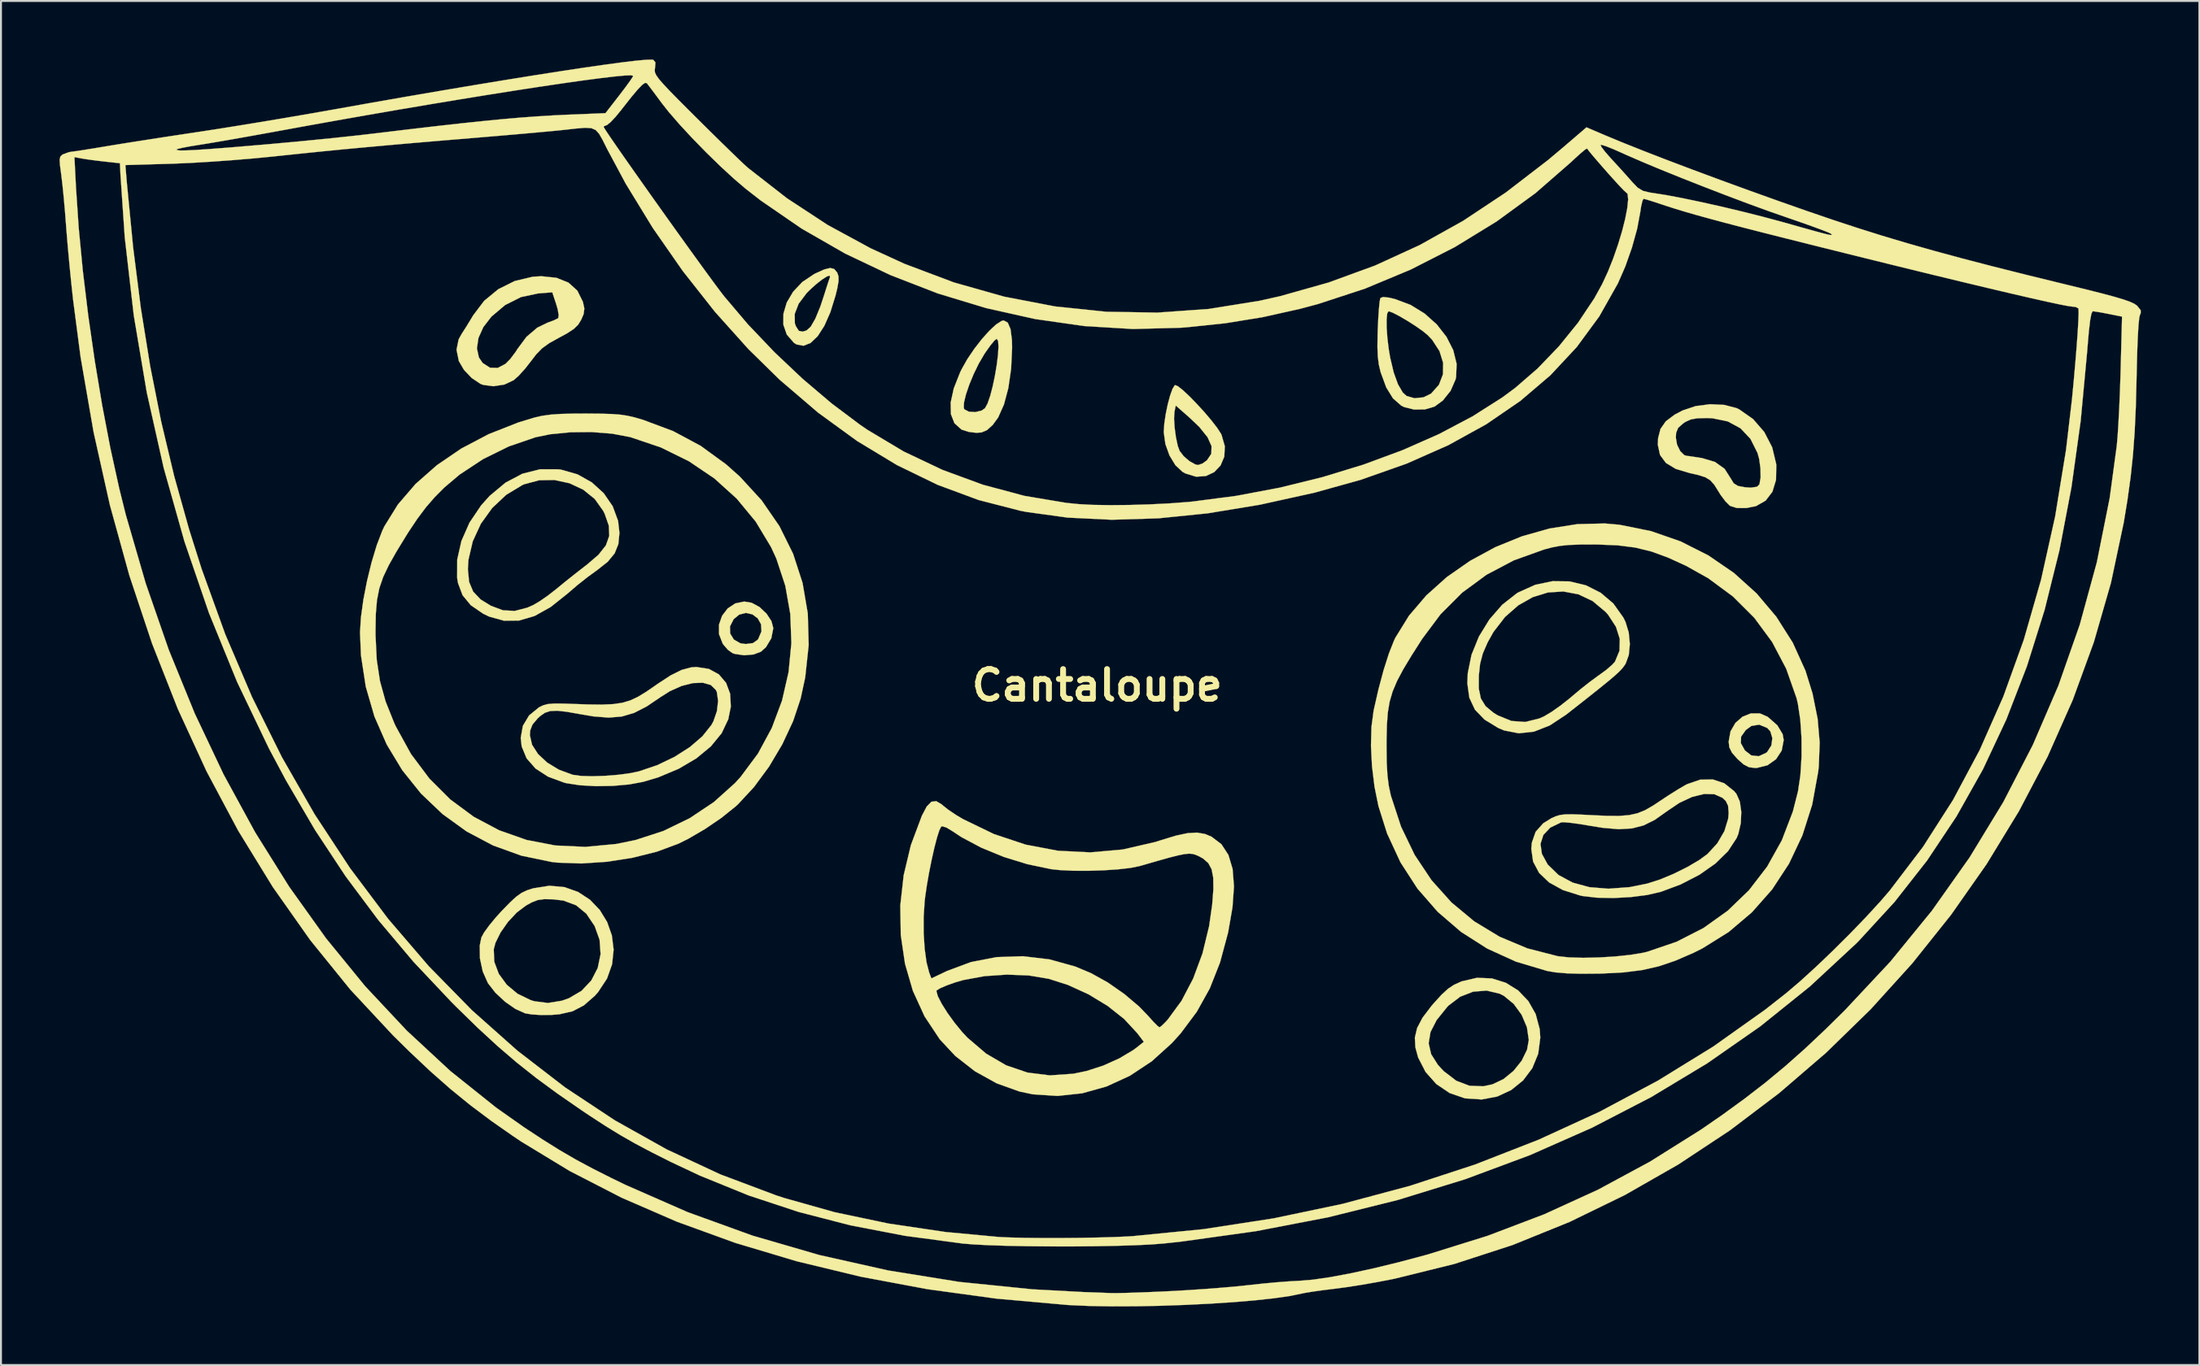
<source format=kicad_pcb>
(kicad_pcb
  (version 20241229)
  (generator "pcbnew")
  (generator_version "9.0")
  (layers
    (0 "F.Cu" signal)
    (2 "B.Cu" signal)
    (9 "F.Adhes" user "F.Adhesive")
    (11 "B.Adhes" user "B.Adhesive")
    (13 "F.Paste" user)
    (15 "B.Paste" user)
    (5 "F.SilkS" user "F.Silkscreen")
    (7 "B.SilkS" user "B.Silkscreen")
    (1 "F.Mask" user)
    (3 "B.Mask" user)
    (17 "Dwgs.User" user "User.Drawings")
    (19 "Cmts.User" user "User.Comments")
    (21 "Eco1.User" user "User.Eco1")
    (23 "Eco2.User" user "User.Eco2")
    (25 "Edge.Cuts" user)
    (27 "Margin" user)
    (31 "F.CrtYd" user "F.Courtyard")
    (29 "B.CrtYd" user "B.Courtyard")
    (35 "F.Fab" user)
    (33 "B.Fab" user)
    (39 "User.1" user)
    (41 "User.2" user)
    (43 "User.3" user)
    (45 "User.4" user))
  (footprint "Cantaloupe"
    (layer "F.Cu")
    (at 53.127 32.065)
    (property "Reference" "Cantaloupe" (at 0 0 0) (layer "F.SilkS") (effects (font (size 1.524 1.524) (thickness 0.3))))
    (attr through_hole)
    (fp_poly (pts (xy 33.938 1.438) (xy 34.339 1.614) (xy 34.83 2.047) (xy 35.102 2.499) (xy 35.156 2.804) (xy 35.054 3.341) (xy 34.764 3.784) (xy 34.327 4.094) (xy 33.786 4.23) (xy 33.688 4.233) (xy 33.375 4.194) (xy 33.097 4.047) (xy 32.794 3.777) (xy 32.508 3.453) (xy 32.371 3.175) (xy 32.347 2.961) (xy 32.961 2.961) (xy 33.169 3.335) (xy 33.17 3.336) (xy 33.497 3.589) (xy 33.877 3.631) (xy 34.253 3.459) (xy 34.315 3.406) (xy 34.523 3.082) (xy 34.575 2.704) (xy 34.472 2.357) (xy 34.311 2.182) (xy 33.902 2.014) (xy 33.503 2.079) (xy 33.215 2.288) (xy 32.975 2.626) (xy 32.961 2.961) (xy 32.347 2.961) (xy 32.338 2.884) (xy 32.432 2.359) (xy 32.683 1.925) (xy 33.047 1.607) (xy 33.48 1.436) (xy 33.938 1.438)) (stroke (width 0.01) (type solid)) (fill yes) (layer "F.SilkS"))
    (fp_poly (pts (xy -17.693 -4.232) (xy -17.29 -4.015) (xy -16.931 -3.678) (xy -16.675 -3.29) (xy -16.581 -2.93) (xy -16.683 -2.411) (xy -16.959 -1.952) (xy -17.217 -1.723) (xy -17.597 -1.581) (xy -18.078 -1.541) (xy -18.55 -1.61) (xy -18.667 -1.65) (xy -18.904 -1.819) (xy -19.142 -2.095) (xy -19.173 -2.142) (xy -19.361 -2.624) (xy -19.361 -3.02) (xy -18.8 -3.02) (xy -18.788 -2.653) (xy -18.6 -2.345) (xy -18.262 -2.153) (xy -17.992 -2.117) (xy -17.621 -2.165) (xy -17.386 -2.333) (xy -17.352 -2.378) (xy -17.186 -2.767) (xy -17.208 -3.129) (xy -17.375 -3.43) (xy -17.646 -3.635) (xy -17.977 -3.712) (xy -18.326 -3.625) (xy -18.609 -3.392) (xy -18.8 -3.02) (xy -19.361 -3.02) (xy -19.361 -3.113) (xy -19.203 -3.566) (xy -18.916 -3.941) (xy -18.529 -4.198) (xy -18.073 -4.294) (xy -17.693 -4.232)) (stroke (width 0.01) (type solid)) (fill yes) (layer "F.SilkS"))
    (fp_poly (pts (xy -13.463 -21.334) (xy -13.315 -21.156) (xy -13.304 -21.137) (xy -13.242 -20.952) (xy -13.241 -20.704) (xy -13.307 -20.333) (xy -13.395 -19.971) (xy -13.659 -19.118) (xy -13.968 -18.42) (xy -14.308 -17.891) (xy -14.668 -17.546) (xy -15.033 -17.4) (xy -15.392 -17.467) (xy -15.528 -17.554) (xy -15.891 -17.974) (xy -16.066 -18.481) (xy -16.062 -19.031) (xy -15.485 -19.031) (xy -15.477 -18.549) (xy -15.422 -18.394) (xy -15.273 -18.163) (xy -15.076 -18.123) (xy -14.88 -18.183) (xy -14.666 -18.374) (xy -14.429 -18.785) (xy -14.176 -19.401) (xy -13.999 -19.932) (xy -13.864 -20.359) (xy -13.75 -20.709) (xy -13.68 -20.91) (xy -13.677 -20.918) (xy -13.694 -20.998) (xy -13.844 -20.946) (xy -14.09 -20.788) (xy -14.392 -20.551) (xy -14.71 -20.262) (xy -14.878 -20.092) (xy -15.283 -19.554) (xy -15.485 -19.031) (xy -16.062 -19.031) (xy -16.062 -19.04) (xy -15.892 -19.615) (xy -15.565 -20.169) (xy -15.094 -20.667) (xy -14.49 -21.072) (xy -14.438 -21.099) (xy -13.979 -21.307) (xy -13.669 -21.385) (xy -13.463 -21.334)) (stroke (width 0.01) (type solid)) (fill yes) (layer "F.SilkS"))
    (fp_poly (pts (xy 4.14 -15.324) (xy 4.399 -15.118) (xy 4.735 -14.803) (xy 5.112 -14.415) (xy 5.497 -13.993) (xy 5.853 -13.573) (xy 6.147 -13.193) (xy 6.343 -12.891) (xy 6.371 -12.834) (xy 6.539 -12.251) (xy 6.512 -11.719) (xy 6.321 -11.268) (xy 5.996 -10.926) (xy 5.568 -10.724) (xy 5.068 -10.69) (xy 4.528 -10.854) (xy 4.374 -10.939) (xy 4.011 -11.276) (xy 3.707 -11.775) (xy 3.496 -12.362) (xy 3.413 -12.964) (xy 3.413 -12.994) (xy 3.441 -13.415) (xy 3.478 -13.666) (xy 3.939 -13.666) (xy 3.969 -13.202) (xy 4.036 -12.707) (xy 4.129 -12.272) (xy 4.222 -12.016) (xy 4.436 -11.737) (xy 4.735 -11.483) (xy 5.032 -11.318) (xy 5.168 -11.289) (xy 5.393 -11.365) (xy 5.622 -11.529) (xy 5.847 -11.864) (xy 5.859 -12.256) (xy 5.656 -12.712) (xy 5.235 -13.237) (xy 4.724 -13.724) (xy 4.026 -14.336) (xy 3.959 -14.006) (xy 3.939 -13.666) (xy 3.478 -13.666) (xy 3.514 -13.903) (xy 3.617 -14.401) (xy 3.738 -14.85) (xy 3.861 -15.193) (xy 3.973 -15.372) (xy 3.993 -15.383) (xy 4.14 -15.324)) (stroke (width 0.01) (type solid)) (fill yes) (layer "F.SilkS"))
    (fp_poly (pts (xy -4.575 -18.585) (xy -4.434 -18.252) (xy -4.363 -17.701) (xy -4.353 -17.308) (xy -4.404 -16.215) (xy -4.546 -15.232) (xy -4.77 -14.391) (xy -5.069 -13.722) (xy -5.345 -13.344) (xy -5.64 -13.077) (xy -5.917 -12.959) (xy -6.187 -12.94) (xy -6.577 -12.987) (xy -6.922 -13.097) (xy -6.951 -13.112) (xy -7.304 -13.428) (xy -7.486 -13.894) (xy -7.493 -14.212) (xy -6.828 -14.212) (xy -6.799 -14.145) (xy -6.566 -14.021) (xy -6.234 -14.002) (xy -5.911 -14.08) (xy -5.742 -14.199) (xy -5.61 -14.44) (xy -5.476 -14.827) (xy -5.348 -15.315) (xy -5.234 -15.858) (xy -5.141 -16.408) (xy -5.077 -16.92) (xy -5.05 -17.346) (xy -5.068 -17.64) (xy -5.138 -17.756) (xy -5.143 -17.756) (xy -5.26 -17.664) (xy -5.462 -17.42) (xy -5.71 -17.071) (xy -5.778 -16.969) (xy -6.059 -16.488) (xy -6.321 -15.951) (xy -6.546 -15.408) (xy -6.717 -14.905) (xy -6.817 -14.49) (xy -6.828 -14.212) (xy -7.493 -14.212) (xy -7.498 -14.494) (xy -7.34 -15.215) (xy -7.012 -16.044) (xy -6.937 -16.198) (xy -6.647 -16.713) (xy -6.291 -17.24) (xy -5.904 -17.738) (xy -5.518 -18.169) (xy -5.168 -18.494) (xy -4.886 -18.674) (xy -4.784 -18.697) (xy -4.575 -18.585)) (stroke (width 0.01) (type solid)) (fill yes) (layer "F.SilkS"))
    (fp_poly (pts (xy 20.215 15.016) (xy 20.927 15.239) (xy 21.558 15.632) (xy 22.078 16.174) (xy 22.456 16.842) (xy 22.662 17.615) (xy 22.692 18.05) (xy 22.585 18.877) (xy 22.282 19.616) (xy 21.811 20.243) (xy 21.203 20.735) (xy 20.486 21.068) (xy 19.691 21.218) (xy 18.846 21.162) (xy 18.832 21.159) (xy 18.05 20.889) (xy 17.368 20.427) (xy 16.819 19.81) (xy 16.438 19.07) (xy 16.297 18.552) (xy 16.286 18.342) (xy 16.976 18.342) (xy 17.104 18.898) (xy 17.453 19.449) (xy 17.751 19.769) (xy 18.389 20.258) (xy 19.061 20.515) (xy 19.773 20.542) (xy 20.243 20.442) (xy 20.808 20.174) (xy 21.322 19.753) (xy 21.739 19.233) (xy 22.014 18.669) (xy 22.104 18.168) (xy 22.007 17.514) (xy 21.736 16.878) (xy 21.331 16.322) (xy 20.83 15.909) (xy 20.612 15.798) (xy 19.942 15.639) (xy 19.253 15.695) (xy 18.589 15.954) (xy 17.996 16.405) (xy 17.922 16.482) (xy 17.384 17.151) (xy 17.069 17.765) (xy 16.976 18.342) (xy 16.286 18.342) (xy 16.269 18.049) (xy 16.386 17.555) (xy 16.663 17.027) (xy 17.12 16.425) (xy 17.234 16.293) (xy 17.64 15.847) (xy 17.97 15.544) (xy 18.286 15.336) (xy 18.649 15.174) (xy 18.669 15.166) (xy 19.452 14.984) (xy 20.215 15.016)) (stroke (width 0.01) (type solid)) (fill yes) (layer "F.SilkS"))
    (fp_poly (pts (xy 14.951 -19.864) (xy 15.244 -19.795) (xy 16.045 -19.495) (xy 16.769 -19.05) (xy 17.392 -18.493) (xy 17.889 -17.856) (xy 18.236 -17.171) (xy 18.408 -16.473) (xy 18.381 -15.792) (xy 18.354 -15.674) (xy 18.101 -15.095) (xy 17.703 -14.595) (xy 17.278 -14.283) (xy 16.791 -14.139) (xy 16.234 -14.131) (xy 15.72 -14.258) (xy 15.569 -14.335) (xy 15.15 -14.704) (xy 14.805 -15.263) (xy 14.522 -16.032) (xy 14.518 -16.044) (xy 14.427 -16.425) (xy 14.374 -16.837) (xy 14.353 -17.341) (xy 14.363 -17.999) (xy 14.37 -18.228) (xy 14.395 -18.766) (xy 14.823 -18.766) (xy 14.825 -18.335) (xy 14.861 -17.812) (xy 14.929 -17.246) (xy 15.002 -16.807) (xy 15.185 -16.034) (xy 15.406 -15.422) (xy 15.654 -15) (xy 15.845 -14.827) (xy 16.25 -14.711) (xy 16.706 -14.756) (xy 17.096 -14.945) (xy 17.501 -15.397) (xy 17.708 -15.936) (xy 17.717 -16.524) (xy 17.531 -17.127) (xy 17.153 -17.707) (xy 16.918 -17.954) (xy 16.656 -18.166) (xy 16.289 -18.422) (xy 15.876 -18.685) (xy 15.473 -18.921) (xy 15.14 -19.093) (xy 14.934 -19.167) (xy 14.923 -19.168) (xy 14.855 -19.059) (xy 14.823 -18.766) (xy 14.395 -18.766) (xy 14.397 -18.803) (xy 14.43 -19.295) (xy 14.466 -19.656) (xy 14.5 -19.835) (xy 14.503 -19.841) (xy 14.642 -19.898) (xy 14.951 -19.864)) (stroke (width 0.01) (type solid)) (fill yes) (layer "F.SilkS"))
    (fp_poly (pts (xy -27.683 -20.881) (xy -27.067 -20.633) (xy -26.614 -20.222) (xy -26.331 -19.652) (xy -26.33 -19.649) (xy -26.256 -19.307) (xy -26.292 -19.024) (xy -26.414 -18.738) (xy -26.571 -18.481) (xy -26.797 -18.261) (xy -27.145 -18.033) (xy -27.547 -17.815) (xy -28.054 -17.534) (xy -28.42 -17.27) (xy -28.726 -16.954) (xy -28.978 -16.625) (xy -29.289 -16.227) (xy -29.608 -15.874) (xy -29.867 -15.641) (xy -29.87 -15.639) (xy -30.354 -15.411) (xy -30.909 -15.326) (xy -31.434 -15.394) (xy -31.574 -15.447) (xy -32.02 -15.745) (xy -32.42 -16.165) (xy -32.682 -16.615) (xy -32.683 -16.618) (xy -32.801 -17.196) (xy -32.786 -17.269) (xy -31.757 -17.269) (xy -31.657 -16.801) (xy -31.461 -16.516) (xy -31.087 -16.274) (xy -30.688 -16.265) (xy -30.296 -16.472) (xy -30.048 -16.723) (xy -29.782 -17.075) (xy -29.684 -17.231) (xy -29.22 -17.855) (xy -28.666 -18.327) (xy -28.144 -18.581) (xy -27.832 -18.695) (xy -27.619 -18.799) (xy -27.592 -18.818) (xy -27.57 -18.973) (xy -27.621 -19.271) (xy -27.695 -19.525) (xy -27.898 -20.138) (xy -28.635 -20.079) (xy -29.505 -19.893) (xy -30.313 -19.485) (xy -31.016 -18.891) (xy -31.428 -18.356) (xy -31.678 -17.802) (xy -31.757 -17.269) (xy -32.786 -17.269) (xy -32.692 -17.73) (xy -32.54 -18.005) (xy -32.317 -18.352) (xy -32.06 -18.771) (xy -31.954 -18.95) (xy -31.386 -19.702) (xy -30.662 -20.298) (xy -29.822 -20.716) (xy -28.903 -20.935) (xy -28.456 -20.962) (xy -27.683 -20.881)) (stroke (width 0.01) (type solid)) (fill yes) (layer "F.SilkS"))
    (fp_poly (pts (xy -27.272 10.338) (xy -26.575 10.587) (xy -25.968 10.985) (xy -25.468 11.507) (xy -25.089 12.125) (xy -24.847 12.813) (xy -24.757 13.543) (xy -24.835 14.29) (xy -25.096 15.025) (xy -25.556 15.722) (xy -25.729 15.914) (xy -26.278 16.395) (xy -26.855 16.697) (xy -27.532 16.853) (xy -27.987 16.889) (xy -28.486 16.89) (xy -28.952 16.86) (xy -29.283 16.805) (xy -29.287 16.804) (xy -29.786 16.58) (xy -30.319 16.208) (xy -30.812 15.748) (xy -31.191 15.26) (xy -31.194 15.255) (xy -31.458 14.662) (xy -31.602 13.989) (xy -31.609 13.522) (xy -30.895 13.522) (xy -30.868 14.163) (xy -30.636 14.782) (xy -30.229 15.34) (xy -29.675 15.802) (xy -29.006 16.127) (xy -28.817 16.185) (xy -28.121 16.274) (xy -27.406 16.158) (xy -27.046 16.031) (xy -26.395 15.648) (xy -25.898 15.117) (xy -25.57 14.478) (xy -25.424 13.771) (xy -25.476 13.036) (xy -25.728 12.333) (xy -26.156 11.697) (xy -26.678 11.268) (xy -27.323 11.028) (xy -27.845 10.964) (xy -28.306 10.955) (xy -28.64 10.999) (xy -28.953 11.121) (xy -29.247 11.283) (xy -29.718 11.64) (xy -30.168 12.122) (xy -30.548 12.664) (xy -30.81 13.197) (xy -30.895 13.522) (xy -31.609 13.522) (xy -31.612 13.331) (xy -31.529 12.918) (xy -31.393 12.667) (xy -31.131 12.305) (xy -30.784 11.885) (xy -30.485 11.556) (xy -30.063 11.122) (xy -29.742 10.827) (xy -29.469 10.632) (xy -29.192 10.501) (xy -28.879 10.4) (xy -28.046 10.267) (xy -27.272 10.338)) (stroke (width 0.01) (type solid)) (fill yes) (layer "F.SilkS"))
    (fp_poly (pts (xy 32.106 -14.37) (xy 32.733 -14.208) (xy 32.875 -14.142) (xy 33.588 -13.643) (xy 34.161 -12.981) (xy 34.565 -12.199) (xy 34.771 -11.342) (xy 34.777 -11.278) (xy 34.763 -10.528) (xy 34.578 -9.919) (xy 34.232 -9.466) (xy 33.734 -9.182) (xy 33.252 -9.086) (xy 32.759 -9.087) (xy 32.431 -9.187) (xy 32.38 -9.221) (xy 32.17 -9.431) (xy 31.929 -9.753) (xy 31.828 -9.915) (xy 31.605 -10.272) (xy 31.398 -10.507) (xy 31.144 -10.662) (xy 30.776 -10.779) (xy 30.336 -10.878) (xy 29.624 -11.092) (xy 29.124 -11.397) (xy 28.823 -11.804) (xy 28.71 -12.328) (xy 28.725 -12.668) (xy 28.731 -12.692) (xy 29.633 -12.692) (xy 29.696 -12.329) (xy 29.855 -12.005) (xy 30.064 -11.797) (xy 30.192 -11.759) (xy 30.347 -11.74) (xy 30.66 -11.694) (xy 30.976 -11.644) (xy 31.64 -11.446) (xy 32.13 -11.094) (xy 32.457 -10.58) (xy 32.459 -10.576) (xy 32.597 -10.35) (xy 32.818 -10.216) (xy 33.182 -10.148) (xy 33.472 -10.129) (xy 33.791 -10.176) (xy 33.913 -10.299) (xy 33.974 -10.645) (xy 33.967 -11.112) (xy 33.9 -11.599) (xy 33.816 -11.906) (xy 33.452 -12.632) (xy 32.943 -13.171) (xy 32.294 -13.523) (xy 31.506 -13.685) (xy 31.221 -13.696) (xy 30.734 -13.683) (xy 30.399 -13.625) (xy 30.132 -13.504) (xy 30.016 -13.427) (xy 29.754 -13.197) (xy 29.648 -12.94) (xy 29.633 -12.692) (xy 28.731 -12.692) (xy 28.848 -13.141) (xy 29.12 -13.53) (xy 29.573 -13.871) (xy 29.986 -14.087) (xy 30.652 -14.309) (xy 31.385 -14.404) (xy 32.106 -14.37)) (stroke (width 0.01) (type solid)) (fill yes) (layer "F.SilkS"))
    (fp_poly (pts (xy -27.583 -11.07) (xy -27.439 -11.05) (xy -26.608 -10.812) (xy -25.873 -10.399) (xy -25.262 -9.843) (xy -24.804 -9.176) (xy -24.529 -8.428) (xy -24.459 -7.806) (xy -24.515 -7.237) (xy -24.704 -6.763) (xy -25.057 -6.335) (xy -25.604 -5.901) (xy -25.657 -5.865) (xy -26.099 -5.542) (xy -26.607 -5.139) (xy -27.078 -4.736) (xy -27.119 -4.7) (xy -27.981 -4.013) (xy -28.804 -3.554) (xy -29.597 -3.321) (xy -30.369 -3.312) (xy -31.131 -3.523) (xy -31.442 -3.674) (xy -32.071 -4.106) (xy -32.492 -4.618) (xy -32.725 -5.241) (xy -32.769 -5.505) (xy -32.767 -5.951) (xy -32.22 -5.951) (xy -32.158 -5.304) (xy -31.949 -4.803) (xy -31.565 -4.399) (xy -31.044 -4.078) (xy -30.425 -3.846) (xy -29.821 -3.813) (xy -29.178 -3.98) (xy -28.875 -4.114) (xy -28.544 -4.308) (xy -28.126 -4.598) (xy -27.71 -4.922) (xy -27.693 -4.936) (xy -27.249 -5.3) (xy -26.719 -5.722) (xy -26.206 -6.121) (xy -26.126 -6.182) (xy -25.531 -6.692) (xy -25.152 -7.174) (xy -24.98 -7.661) (xy -25.004 -8.186) (xy -25.213 -8.784) (xy -25.288 -8.937) (xy -25.723 -9.549) (xy -26.315 -10.027) (xy -27.018 -10.356) (xy -27.787 -10.521) (xy -28.576 -10.508) (xy -29.34 -10.302) (xy -29.425 -10.265) (xy -30.256 -9.763) (xy -30.975 -9.087) (xy -31.556 -8.278) (xy -31.97 -7.38) (xy -32.191 -6.434) (xy -32.22 -5.951) (xy -32.767 -5.951) (xy -32.766 -6.442) (xy -32.55 -7.399) (xy -32.136 -8.339) (xy -31.539 -9.224) (xy -31.106 -9.707) (xy -30.29 -10.388) (xy -29.426 -10.844) (xy -28.521 -11.072) (xy -27.583 -11.07)) (stroke (width 0.01) (type solid)) (fill yes) (layer "F.SilkS"))
    (fp_poly (pts (xy 24.198 -5.326) (xy 25.029 -5.125) (xy 25.785 -4.744) (xy 26.433 -4.193) (xy 26.942 -3.478) (xy 27.055 -3.25) (xy 27.22 -2.711) (xy 27.277 -2.116) (xy 27.224 -1.554) (xy 27.065 -1.116) (xy 26.977 -0.982) (xy 26.867 -0.845) (xy 26.714 -0.686) (xy 26.497 -0.487) (xy 26.193 -0.229) (xy 25.781 0.106) (xy 25.241 0.537) (xy 24.55 1.082) (xy 24.015 1.502) (xy 23.178 2.053) (xy 22.371 2.371) (xy 21.592 2.457) (xy 20.838 2.31) (xy 20.538 2.183) (xy 19.836 1.754) (xy 19.348 1.248) (xy 19.06 0.638) (xy 18.994 0.166) (xy 19.542 0.166) (xy 19.649 0.674) (xy 19.893 1.069) (xy 20.298 1.406) (xy 20.515 1.539) (xy 21.216 1.825) (xy 21.923 1.876) (xy 22.648 1.695) (xy 22.887 1.587) (xy 23.255 1.369) (xy 23.711 1.048) (xy 24.172 0.686) (xy 24.292 0.584) (xy 24.748 0.201) (xy 25.228 -0.178) (xy 25.645 -0.485) (xy 25.726 -0.541) (xy 26.085 -0.805) (xy 26.379 -1.062) (xy 26.518 -1.219) (xy 26.748 -1.773) (xy 26.763 -2.377) (xy 26.567 -3) (xy 26.167 -3.615) (xy 26.034 -3.764) (xy 25.373 -4.319) (xy 24.643 -4.665) (xy 23.871 -4.81) (xy 23.083 -4.759) (xy 22.306 -4.52) (xy 21.565 -4.099) (xy 20.886 -3.503) (xy 20.296 -2.739) (xy 19.995 -2.201) (xy 19.748 -1.632) (xy 19.61 -1.103) (xy 19.545 -0.507) (xy 19.542 0.166) (xy 18.994 0.166) (xy 18.957 -0.101) (xy 18.978 -0.618) (xy 19.17 -1.565) (xy 19.55 -2.501) (xy 20.085 -3.373) (xy 20.741 -4.128) (xy 21.485 -4.713) (xy 21.563 -4.76) (xy 22.433 -5.152) (xy 23.321 -5.337) (xy 24.198 -5.326)) (stroke (width 0.01) (type solid)) (fill yes) (layer "F.SilkS"))
    (fp_poly (pts (xy -19.88 -0.842) (xy -19.368 -0.562) (xy -18.999 -0.128) (xy -18.79 0.433) (xy -18.757 1.095) (xy -18.886 1.736) (xy -19.227 2.454) (xy -19.779 3.128) (xy -20.518 3.739) (xy -21.421 4.272) (xy -22.464 4.71) (xy -23.249 4.945) (xy -23.964 5.077) (xy -24.795 5.151) (xy -25.663 5.165) (xy -26.483 5.119) (xy -27.174 5.013) (xy -27.281 4.987) (xy -28.108 4.682) (xy -28.756 4.262) (xy -29.213 3.74) (xy -29.465 3.13) (xy -29.514 2.693) (xy -29.489 2.554) (xy -29.045 2.554) (xy -28.934 3.043) (xy -28.625 3.523) (xy -28.155 3.96) (xy -27.558 4.322) (xy -26.871 4.576) (xy -26.842 4.584) (xy -26.427 4.641) (xy -25.852 4.657) (xy -25.189 4.636) (xy -24.51 4.581) (xy -23.887 4.497) (xy -23.46 4.406) (xy -22.517 4.086) (xy -21.635 3.662) (xy -20.853 3.162) (xy -20.213 2.611) (xy -19.754 2.036) (xy -19.647 1.842) (xy -19.468 1.324) (xy -19.407 0.8) (xy -19.469 0.355) (xy -19.518 0.24) (xy -19.779 -0.017) (xy -20.187 -0.134) (xy -20.699 -0.116) (xy -21.277 0.03) (xy -21.881 0.301) (xy -22.343 0.594) (xy -23.064 1.081) (xy -23.708 1.411) (xy -24.336 1.597) (xy -25.009 1.653) (xy -25.789 1.591) (xy -26.498 1.471) (xy -27.164 1.353) (xy -27.652 1.3) (xy -28.009 1.317) (xy -28.284 1.409) (xy -28.526 1.581) (xy -28.646 1.693) (xy -28.912 2.009) (xy -29.028 2.31) (xy -29.045 2.554) (xy -29.489 2.554) (xy -29.405 2.075) (xy -29.086 1.542) (xy -28.586 1.132) (xy -28.367 1.023) (xy -28.126 0.959) (xy -27.804 0.931) (xy -27.34 0.934) (xy -26.999 0.946) (xy -26.086 0.978) (xy -25.363 0.987) (xy -24.788 0.962) (xy -24.317 0.894) (xy -23.905 0.772) (xy -23.509 0.586) (xy -23.085 0.327) (xy -22.589 -0.015) (xy -22.504 -0.075) (xy -21.836 -0.512) (xy -21.278 -0.789) (xy -20.786 -0.922) (xy -20.52 -0.941) (xy -19.88 -0.842)) (stroke (width 0.01) (type solid)) (fill yes) (layer "F.SilkS"))
    (fp_poly (pts (xy 32.116 5.019) (xy 32.619 5.421) (xy 32.737 5.565) (xy 32.91 5.957) (xy 32.984 6.482) (xy 32.959 7.06) (xy 32.833 7.611) (xy 32.748 7.82) (xy 32.309 8.491) (xy 31.664 9.125) (xy 30.844 9.702) (xy 29.877 10.201) (xy 28.869 10.577) (xy 28.164 10.741) (xy 27.328 10.848) (xy 26.445 10.896) (xy 25.599 10.88) (xy 24.873 10.796) (xy 24.74 10.769) (xy 23.847 10.487) (xy 23.141 10.097) (xy 22.631 9.608) (xy 22.324 9.03) (xy 22.231 8.372) (xy 22.255 8.121) (xy 22.703 8.121) (xy 22.774 8.634) (xy 23.071 9.176) (xy 23.079 9.186) (xy 23.63 9.719) (xy 24.345 10.105) (xy 25.203 10.34) (xy 26.179 10.42) (xy 27.252 10.34) (xy 28.163 10.158) (xy 28.809 9.952) (xy 29.522 9.656) (xy 30.226 9.306) (xy 30.845 8.941) (xy 31.255 8.639) (xy 31.754 8.097) (xy 32.119 7.47) (xy 32.315 6.826) (xy 32.338 6.539) (xy 32.308 6.168) (xy 32.191 5.924) (xy 32.015 5.759) (xy 31.603 5.577) (xy 31.076 5.566) (xy 30.468 5.716) (xy 29.815 6.019) (xy 29.154 6.466) (xy 29.147 6.472) (xy 28.554 6.892) (xy 27.984 7.175) (xy 27.385 7.331) (xy 26.707 7.37) (xy 25.898 7.301) (xy 25.233 7.194) (xy 24.696 7.104) (xy 24.233 7.042) (xy 23.9 7.013) (xy 23.763 7.019) (xy 23.206 7.287) (xy 22.85 7.663) (xy 22.703 8.121) (xy 22.255 8.121) (xy 22.262 8.052) (xy 22.454 7.503) (xy 22.841 7.068) (xy 23.254 6.811) (xy 23.479 6.71) (xy 23.698 6.644) (xy 23.962 6.611) (xy 24.323 6.606) (xy 24.833 6.625) (xy 25.274 6.648) (xy 26.099 6.686) (xy 26.74 6.689) (xy 27.247 6.648) (xy 27.671 6.553) (xy 28.061 6.394) (xy 28.467 6.16) (xy 28.788 5.947) (xy 29.261 5.633) (xy 29.729 5.339) (xy 30.113 5.114) (xy 30.211 5.062) (xy 30.877 4.833) (xy 31.524 4.821) (xy 32.116 5.019)) (stroke (width 0.01) (type solid)) (fill yes) (layer "F.SilkS"))
    (fp_poly (pts (xy -25.424 -13.92) (xy -24.863 -13.903) (xy -24.422 -13.87) (xy -24.045 -13.813) (xy -23.674 -13.727) (xy -23.254 -13.604) (xy -23.249 -13.603) (xy -21.707 -13.025) (xy -20.301 -12.272) (xy -18.994 -11.32) (xy -18.3 -10.701) (xy -17.179 -9.48) (xy -16.267 -8.156) (xy -15.567 -6.741) (xy -15.082 -5.246) (xy -14.815 -3.684) (xy -14.769 -2.065) (xy -14.948 -0.402) (xy -15.181 0.677) (xy -15.567 1.834) (xy -16.119 3.018) (xy -16.8 4.166) (xy -17.572 5.214) (xy -18.396 6.1) (xy -18.529 6.22) (xy -19.247 6.796) (xy -20.087 7.367) (xy -20.943 7.866) (xy -21.44 8.112) (xy -22.541 8.521) (xy -23.785 8.833) (xy -25.097 9.039) (xy -26.402 9.126) (xy -27.623 9.084) (xy -27.928 9.049) (xy -29.478 8.728) (xy -30.935 8.201) (xy -32.286 7.485) (xy -33.519 6.594) (xy -34.62 5.544) (xy -35.577 4.351) (xy -36.375 3.031) (xy -37.003 1.599) (xy -37.447 0.071) (xy -37.694 -1.538) (xy -37.742 -2.705) (xy -37.737 -2.794) (xy -36.949 -2.794) (xy -36.948 -2.543) (xy -36.887 -1.314) (xy -36.721 -0.217) (xy -36.431 0.831) (xy -35.996 1.918) (xy -35.914 2.097) (xy -35.13 3.522) (xy -34.192 4.774) (xy -33.118 5.847) (xy -31.92 6.734) (xy -30.615 7.427) (xy -29.216 7.92) (xy -27.739 8.205) (xy -26.198 8.276) (xy -24.609 8.125) (xy -23.636 7.925) (xy -22.21 7.461) (xy -20.86 6.806) (xy -19.626 5.981) (xy -18.546 5.011) (xy -18.258 4.695) (xy -17.367 3.498) (xy -16.657 2.183) (xy -16.133 0.781) (xy -15.798 -0.679) (xy -15.655 -2.166) (xy -15.71 -3.652) (xy -15.966 -5.105) (xy -16.426 -6.497) (xy -16.696 -7.084) (xy -17.483 -8.392) (xy -18.457 -9.57) (xy -19.602 -10.604) (xy -20.901 -11.482) (xy -22.338 -12.19) (xy -23.897 -12.717) (xy -23.906 -12.72) (xy -24.831 -12.895) (xy -25.884 -12.978) (xy -26.974 -12.967) (xy -28.012 -12.864) (xy -28.751 -12.713) (xy -30.119 -12.244) (xy -31.435 -11.596) (xy -32.64 -10.802) (xy -33.434 -10.13) (xy -33.918 -9.642) (xy -34.365 -9.126) (xy -34.808 -8.535) (xy -35.281 -7.826) (xy -35.817 -6.952) (xy -35.872 -6.861) (xy -36.268 -6.161) (xy -36.557 -5.552) (xy -36.755 -4.973) (xy -36.875 -4.362) (xy -36.935 -3.656) (xy -36.949 -2.794) (xy -37.737 -2.794) (xy -37.696 -3.48) (xy -37.572 -4.381) (xy -37.385 -5.343) (xy -37.152 -6.297) (xy -36.887 -7.176) (xy -36.606 -7.914) (xy -36.497 -8.145) (xy -35.801 -9.269) (xy -34.898 -10.319) (xy -33.809 -11.279) (xy -32.556 -12.134) (xy -31.159 -12.869) (xy -29.639 -13.469) (xy -28.81 -13.721) (xy -28.423 -13.81) (xy -27.986 -13.871) (xy -27.449 -13.908) (xy -26.762 -13.924) (xy -26.164 -13.926) (xy -25.424 -13.92)) (stroke (width 0.01) (type solid)) (fill yes) (layer "F.SilkS"))
    (fp_poly (pts (xy 26.752 -8.227) (xy 28.359 -7.903) (xy 29.881 -7.374) (xy 31.301 -6.656) (xy 32.602 -5.763) (xy 33.767 -4.711) (xy 34.778 -3.514) (xy 35.619 -2.188) (xy 36.271 -0.748) (xy 36.63 0.41) (xy 36.893 1.712) (xy 36.998 2.931) (xy 36.952 4.153) (xy 36.922 4.424) (xy 36.615 6.11) (xy 36.113 7.686) (xy 35.426 9.139) (xy 34.562 10.458) (xy 33.529 11.628) (xy 32.336 12.639) (xy 30.992 13.477) (xy 30.531 13.707) (xy 29.614 14.105) (xy 28.76 14.394) (xy 27.897 14.59) (xy 26.955 14.708) (xy 25.863 14.765) (xy 25.694 14.769) (xy 24.773 14.776) (xy 24.046 14.756) (xy 23.473 14.707) (xy 23.048 14.634) (xy 21.449 14.158) (xy 19.973 13.486) (xy 18.632 12.63) (xy 17.437 11.601) (xy 16.401 10.411) (xy 15.534 9.07) (xy 14.848 7.59) (xy 14.407 6.193) (xy 14.205 5.201) (xy 14.075 4.145) (xy 14.024 3.127) (xy 14.818 3.127) (xy 14.828 3.948) (xy 14.864 4.596) (xy 14.931 5.135) (xy 15.034 5.625) (xy 15.042 5.655) (xy 15.562 7.24) (xy 16.259 8.687) (xy 17.124 9.985) (xy 18.145 11.124) (xy 19.31 12.092) (xy 20.61 12.88) (xy 22.033 13.477) (xy 23.567 13.872) (xy 23.596 13.878) (xy 24.163 13.939) (xy 24.89 13.96) (xy 25.706 13.942) (xy 26.54 13.89) (xy 27.32 13.807) (xy 27.976 13.697) (xy 28.163 13.652) (xy 29.669 13.139) (xy 31.049 12.433) (xy 32.29 11.547) (xy 33.38 10.495) (xy 34.307 9.289) (xy 35.059 7.942) (xy 35.624 6.468) (xy 35.888 5.433) (xy 36.011 4.603) (xy 36.07 3.661) (xy 36.068 2.684) (xy 36.004 1.749) (xy 35.881 0.934) (xy 35.814 0.654) (xy 35.284 -0.852) (xy 34.561 -2.226) (xy 33.649 -3.463) (xy 32.556 -4.554) (xy 31.286 -5.492) (xy 30.163 -6.121) (xy 29.221 -6.552) (xy 28.378 -6.859) (xy 27.555 -7.06) (xy 26.673 -7.173) (xy 25.653 -7.216) (xy 25.459 -7.218) (xy 24.73 -7.215) (xy 24.171 -7.194) (xy 23.716 -7.148) (xy 23.301 -7.07) (xy 22.884 -6.961) (xy 21.337 -6.405) (xy 19.94 -5.668) (xy 18.691 -4.749) (xy 17.588 -3.646) (xy 16.647 -2.386) (xy 16.103 -1.533) (xy 15.679 -0.829) (xy 15.36 -0.229) (xy 15.131 0.312) (xy 14.977 0.838) (xy 14.884 1.395) (xy 14.837 2.027) (xy 14.82 2.777) (xy 14.818 3.127) (xy 14.024 3.127) (xy 14.022 3.094) (xy 14.048 2.121) (xy 14.158 1.295) (xy 14.158 1.294) (xy 14.407 0.201) (xy 14.671 -0.786) (xy 14.94 -1.63) (xy 15.201 -2.29) (xy 15.273 -2.443) (xy 15.967 -3.566) (xy 16.855 -4.607) (xy 17.908 -5.55) (xy 19.096 -6.379) (xy 20.388 -7.08) (xy 21.755 -7.637) (xy 23.166 -8.036) (xy 24.59 -8.26) (xy 25.999 -8.294) (xy 26.752 -8.227)) (stroke (width 0.01) (type solid)) (fill yes) (layer "F.SilkS"))
    (fp_poly (pts (xy -7.953 6.102) (xy -7.897 6.154) (xy -7.628 6.368) (xy -7.241 6.63) (xy -6.879 6.847) (xy -5.287 7.618) (xy -3.661 8.161) (xy -2.011 8.474) (xy -0.35 8.558) (xy 1.313 8.41) (xy 2.966 8.029) (xy 3.28 7.93) (xy 4.039 7.699) (xy 4.635 7.572) (xy 5.114 7.545) (xy 5.52 7.614) (xy 5.855 7.753) (xy 6.362 8.137) (xy 6.722 8.686) (xy 6.937 9.405) (xy 7.007 10.299) (xy 6.932 11.37) (xy 6.714 12.624) (xy 6.697 12.7) (xy 6.293 14.202) (xy 5.768 15.53) (xy 5.103 16.726) (xy 4.278 17.831) (xy 3.829 18.329) (xy 2.8 19.26) (xy 1.675 20.005) (xy 0.478 20.554) (xy -0.764 20.901) (xy -2.027 21.037) (xy -3.286 20.955) (xy -3.974 20.811) (xy -5.144 20.391) (xy -6.258 19.772) (xy -7.262 18.989) (xy -8.055 18.138) (xy -8.837 16.958) (xy -9.431 15.658) (xy -8.231 15.658) (xy -8.157 15.926) (xy -7.956 16.318) (xy -7.661 16.786) (xy -7.304 17.281) (xy -6.918 17.753) (xy -6.644 18.048) (xy -5.68 18.872) (xy -4.654 19.47) (xy -3.565 19.84) (xy -2.418 19.984) (xy -1.214 19.899) (xy -0.54 19.758) (xy 0.312 19.483) (xy 1.139 19.111) (xy 1.851 18.686) (xy 2.049 18.538) (xy 2.392 18.264) (xy 2.049 17.813) (xy 1.383 17.094) (xy 0.536 16.423) (xy -0.442 15.83) (xy -1.497 15.349) (xy -2.471 15.037) (xy -3.491 14.865) (xy -4.62 14.82) (xy -5.768 14.899) (xy -6.849 15.098) (xy -7.261 15.217) (xy -7.697 15.372) (xy -8.032 15.517) (xy -8.213 15.628) (xy -8.231 15.658) (xy -9.431 15.658) (xy -9.432 15.657) (xy -9.838 14.259) (xy -10.054 12.789) (xy -10.068 11.869) (xy -8.883 11.869) (xy -8.882 12.702) (xy -8.831 13.498) (xy -8.735 14.192) (xy -8.598 14.721) (xy -8.591 14.739) (xy -8.486 15.015) (xy -7.683 14.633) (xy -6.452 14.175) (xy -5.145 13.924) (xy -3.798 13.879) (xy -2.446 14.039) (xy -1.124 14.405) (xy -0.308 14.748) (xy 0.545 15.223) (xy 1.39 15.812) (xy 2.147 16.453) (xy 2.607 16.93) (xy 2.877 17.231) (xy 3.087 17.443) (xy 3.192 17.521) (xy 3.309 17.441) (xy 3.514 17.237) (xy 3.614 17.128) (xy 4.321 16.164) (xy 4.92 15.02) (xy 5.396 13.733) (xy 5.735 12.338) (xy 5.893 11.23) (xy 5.953 10.448) (xy 5.946 9.858) (xy 5.863 9.424) (xy 5.694 9.109) (xy 5.43 8.876) (xy 5.237 8.768) (xy 5.066 8.69) (xy 4.903 8.639) (xy 4.717 8.623) (xy 4.474 8.645) (xy 4.14 8.712) (xy 3.683 8.829) (xy 3.07 9.001) (xy 2.268 9.233) (xy 2.175 9.259) (xy 1.715 9.353) (xy 1.083 9.426) (xy 0.344 9.476) (xy -0.441 9.501) (xy -1.207 9.499) (xy -1.891 9.467) (xy -2.352 9.418) (xy -3.563 9.165) (xy -4.778 8.791) (xy -5.928 8.319) (xy -6.946 7.777) (xy -7.381 7.489) (xy -7.711 7.287) (xy -7.932 7.219) (xy -7.987 7.24) (xy -8.082 7.432) (xy -8.202 7.81) (xy -8.336 8.327) (xy -8.473 8.937) (xy -8.605 9.592) (xy -8.719 10.246) (xy -8.807 10.852) (xy -8.831 11.064) (xy -8.883 11.869) (xy -10.068 11.869) (xy -10.077 11.271) (xy -9.905 9.729) (xy -9.537 8.188) (xy -8.972 6.677) (xy -8.725 6.209) (xy -8.487 5.965) (xy -8.237 5.933) (xy -7.953 6.102)) (stroke (width 0.01) (type solid)) (fill yes) (layer "F.SilkS"))
    (fp_poly (pts (xy -22.725 -32.049) (xy -22.616 -31.918) (xy -22.637 -31.63) (xy -22.638 -31.628) (xy -22.654 -31.513) (xy -22.637 -31.394) (xy -22.569 -31.251) (xy -22.432 -31.06) (xy -22.208 -30.801) (xy -21.879 -30.452) (xy -21.428 -29.991) (xy -20.835 -29.397) (xy -20.501 -29.064) (xy -19.886 -28.454) (xy -19.306 -27.883) (xy -18.785 -27.375) (xy -18.353 -26.957) (xy -18.036 -26.657) (xy -17.874 -26.511) (xy -15.875 -24.953) (xy -13.795 -23.588) (xy -11.588 -22.389) (xy -9.868 -21.6) (xy -7.335 -20.645) (xy -4.762 -19.916) (xy -2.159 -19.415) (xy 0.463 -19.142) (xy 3.09 -19.098) (xy 5.713 -19.285) (xy 8.319 -19.704) (xy 9.367 -19.939) (xy 11.856 -20.641) (xy 14.233 -21.51) (xy 16.521 -22.56) (xy 18.744 -23.802) (xy 20.925 -25.25) (xy 23.089 -26.915) (xy 23.847 -27.552) (xy 24.015 -27.696) (xy 25.776 -27.696) (xy 25.821 -27.589) (xy 25.996 -27.357) (xy 26.266 -27.046) (xy 26.351 -26.952) (xy 26.726 -26.545) (xy 27.1 -26.13) (xy 27.395 -25.795) (xy 27.399 -25.79) (xy 27.682 -25.497) (xy 27.951 -25.335) (xy 28.315 -25.248) (xy 28.457 -25.227) (xy 29.115 -25.124) (xy 29.949 -24.967) (xy 30.91 -24.766) (xy 31.949 -24.534) (xy 33.017 -24.28) (xy 34.065 -24.016) (xy 35.042 -23.754) (xy 35.219 -23.704) (xy 36.035 -23.474) (xy 36.65 -23.302) (xy 37.09 -23.182) (xy 37.38 -23.108) (xy 37.546 -23.075) (xy 37.614 -23.076) (xy 37.608 -23.105) (xy 37.565 -23.147) (xy 37.423 -23.214) (xy 37.095 -23.342) (xy 36.615 -23.518) (xy 36.022 -23.729) (xy 35.349 -23.961) (xy 35.278 -23.986) (xy 34.373 -24.302) (xy 33.341 -24.679) (xy 32.229 -25.098) (xy 31.086 -25.539) (xy 29.957 -25.984) (xy 28.89 -26.415) (xy 27.934 -26.814) (xy 27.134 -27.161) (xy 26.882 -27.275) (xy 26.432 -27.474) (xy 26.066 -27.62) (xy 25.832 -27.694) (xy 25.776 -27.696) (xy 24.015 -27.696) (xy 25.058 -28.591) (xy 26.023 -28.178) (xy 26.885 -27.82) (xy 27.936 -27.4) (xy 29.143 -26.932) (xy 30.473 -26.428) (xy 31.891 -25.901) (xy 33.363 -25.364) (xy 34.857 -24.828) (xy 36.336 -24.308) (xy 37.651 -23.858) (xy 38.926 -23.438) (xy 40.194 -23.039) (xy 41.489 -22.652) (xy 42.844 -22.267) (xy 44.293 -21.874) (xy 45.87 -21.464) (xy 47.607 -21.027) (xy 49.539 -20.554) (xy 49.683 -20.519) (xy 50.686 -20.274) (xy 51.483 -20.072) (xy 52.1 -19.906) (xy 52.56 -19.769) (xy 52.887 -19.653) (xy 53.107 -19.552) (xy 53.243 -19.458) (xy 53.255 -19.446) (xy 53.436 -19.219) (xy 53.434 -19.054) (xy 53.407 -19.016) (xy 53.363 -18.844) (xy 53.322 -18.45) (xy 53.286 -17.844) (xy 53.255 -17.039) (xy 53.23 -16.047) (xy 53.224 -15.752) (xy 53.186 -14.283) (xy 53.126 -12.986) (xy 53.038 -11.795) (xy 52.916 -10.649) (xy 52.755 -9.483) (xy 52.568 -8.345) (xy 51.912 -5.252) (xy 51.037 -2.216) (xy 49.953 0.754) (xy 48.67 3.647) (xy 47.197 6.452) (xy 45.544 9.161) (xy 43.721 11.762) (xy 41.737 14.246) (xy 39.604 16.602) (xy 37.329 18.821) (xy 34.924 20.891) (xy 32.397 22.804) (xy 29.759 24.549) (xy 27.019 26.116) (xy 24.188 27.494) (xy 21.275 28.675) (xy 18.289 29.646) (xy 15.242 30.399) (xy 15.052 30.438) (xy 14.312 30.58) (xy 13.525 30.717) (xy 12.778 30.834) (xy 12.164 30.916) (xy 12.112 30.922) (xy 11.549 30.991) (xy 11.03 31.064) (xy 10.628 31.131) (xy 10.466 31.165) (xy 9.853 31.29) (xy 9.041 31.406) (xy 8.065 31.511) (xy 6.96 31.604) (xy 5.763 31.682) (xy 4.508 31.744) (xy 3.231 31.789) (xy 1.968 31.814) (xy 0.754 31.818) (xy -0.375 31.799) (xy -1.384 31.755) (xy -1.529 31.746) (xy -5.166 31.421) (xy -8.695 30.937) (xy -12.105 30.298) (xy -15.386 29.506) (xy -18.527 28.566) (xy -21.518 27.48) (xy -24.347 26.251) (xy -27.005 24.883) (xy -29.481 23.379) (xy -29.868 23.12) (xy -31.023 22.313) (xy -32.085 21.516) (xy -33.104 20.687) (xy -34.129 19.784) (xy -35.21 18.765) (xy -36.049 17.939) (xy -38.24 15.587) (xy -40.294 13.049) (xy -42.208 10.333) (xy -43.979 7.448) (xy -45.602 4.402) (xy -47.074 1.202) (xy -48.391 -2.144) (xy -49.552 -5.627) (xy -50.55 -9.239) (xy -51.384 -12.972) (xy -52.05 -16.819) (xy -52.434 -19.756) (xy -52.526 -20.605) (xy -52.619 -21.542) (xy -52.705 -22.473) (xy -52.774 -23.302) (xy -52.795 -23.577) (xy -52.85 -24.286) (xy -52.913 -24.994) (xy -52.977 -25.63) (xy -53.035 -26.121) (xy -53.047 -26.212) (xy -53.107 -26.662) (xy -53.122 -26.937) (xy -53.093 -27.064) (xy -52.366 -27.064) (xy -52.287 -25.512) (xy -52.147 -23.437) (xy -51.935 -21.228) (xy -51.658 -18.94) (xy -51.325 -16.628) (xy -50.945 -14.347) (xy -50.525 -12.151) (xy -50.074 -10.097) (xy -49.742 -8.761) (xy -48.716 -5.226) (xy -47.536 -1.822) (xy -46.205 1.442) (xy -44.73 4.56) (xy -43.115 7.524) (xy -41.365 10.326) (xy -39.485 12.958) (xy -37.48 15.414) (xy -35.354 17.685) (xy -33.113 19.764) (xy -30.762 21.643) (xy -29.339 22.646) (xy -28.393 23.269) (xy -27.541 23.802) (xy -26.714 24.284) (xy -25.845 24.752) (xy -24.868 25.245) (xy -24.16 25.589) (xy -20.963 26.992) (xy -17.65 28.192) (xy -14.224 29.188) (xy -10.69 29.98) (xy -7.051 30.566) (xy -3.311 30.945) (xy -0.706 31.085) (xy -0.182 31.104) (xy 0.33 31.123) (xy 0.706 31.138) (xy 0.983 31.14) (xy 1.451 31.13) (xy 2.065 31.11) (xy 2.778 31.083) (xy 3.548 31.048) (xy 3.704 31.04) (xy 4.576 30.992) (xy 5.493 30.931) (xy 6.382 30.862) (xy 7.174 30.792) (xy 7.761 30.73) (xy 8.461 30.654) (xy 9.184 30.586) (xy 9.845 30.536) (xy 10.348 30.509) (xy 11.049 30.451) (xy 11.94 30.321) (xy 12.989 30.124) (xy 14.165 29.868) (xy 15.437 29.559) (xy 16.772 29.203) (xy 16.946 29.155) (xy 19.997 28.203) (xy 22.886 27.104) (xy 25.647 25.842) (xy 28.313 24.401) (xy 30.918 22.765) (xy 32.005 22.014) (xy 33.161 21.172) (xy 34.217 20.356) (xy 35.224 19.521) (xy 36.233 18.626) (xy 37.293 17.626) (xy 38.286 16.648) (xy 40.612 14.161) (xy 42.742 11.55) (xy 44.671 8.822) (xy 46.397 5.986) (xy 47.915 3.047) (xy 49.222 0.013) (xy 50.316 -3.108) (xy 51.191 -6.31) (xy 51.846 -9.585) (xy 52.212 -12.288) (xy 52.253 -12.762) (xy 52.295 -13.417) (xy 52.336 -14.197) (xy 52.372 -15.049) (xy 52.402 -15.917) (xy 52.409 -16.179) (xy 52.48 -18.893) (xy 51.797 -19.03) (xy 51.406 -19.105) (xy 51.102 -19.154) (xy 50.979 -19.168) (xy 50.914 -19.054) (xy 50.848 -18.713) (xy 50.781 -18.141) (xy 50.712 -17.337) (xy 50.697 -17.141) (xy 50.362 -13.548) (xy 49.888 -10.141) (xy 49.273 -6.913) (xy 48.514 -3.861) (xy 47.609 -0.977) (xy 46.557 1.743) (xy 45.356 4.305) (xy 44.002 6.715) (xy 42.494 8.979) (xy 40.829 11.101) (xy 39.006 13.087) (xy 38.865 13.229) (xy 36.494 15.43) (xy 33.949 17.477) (xy 31.238 19.367) (xy 28.366 21.098) (xy 25.34 22.665) (xy 22.167 24.068) (xy 18.853 25.302) (xy 15.405 26.365) (xy 11.83 27.254) (xy 8.134 27.966) (xy 4.323 28.498) (xy 3.41 28.597) (xy 2.765 28.647) (xy 1.933 28.687) (xy 0.957 28.717) (xy -0.121 28.737) (xy -1.259 28.747) (xy -2.412 28.746) (xy -3.54 28.736) (xy -4.599 28.716) (xy -5.545 28.685) (xy -6.338 28.644) (xy -6.879 28.6) (xy -9.836 28.204) (xy -12.629 27.667) (xy -15.29 26.979) (xy -17.849 26.133) (xy -20.338 25.119) (xy -21.813 24.425) (xy -22.802 23.928) (xy -23.645 23.481) (xy -24.413 23.043) (xy -25.177 22.574) (xy -26.008 22.032) (xy -26.4 21.769) (xy -27.621 20.924) (xy -28.71 20.124) (xy -29.719 19.324) (xy -30.701 18.481) (xy -31.71 17.551) (xy -32.799 16.488) (xy -33.047 16.24) (xy -35.004 14.165) (xy -36.806 12.026) (xy -38.479 9.785) (xy -40.049 7.406) (xy -41.542 4.853) (xy -42.406 3.233) (xy -44.035 -0.172) (xy -45.479 -3.712) (xy -46.733 -7.374) (xy -47.795 -11.143) (xy -48.661 -15.006) (xy -49.326 -18.949) (xy -49.789 -22.96) (xy -50.008 -26.164) (xy -50.031 -26.657) (xy -49.758 -26.657) (xy -49.683 -25.764) (xy -49.362 -22.452) (xy -48.966 -19.329) (xy -48.488 -16.359) (xy -47.922 -13.505) (xy -47.261 -10.731) (xy -46.497 -8.001) (xy -45.859 -5.982) (xy -44.644 -2.62) (xy -43.27 0.602) (xy -41.744 3.677) (xy -40.07 6.6) (xy -38.254 9.365) (xy -36.302 11.965) (xy -34.219 14.394) (xy -32.011 16.647) (xy -29.683 18.718) (xy -27.241 20.601) (xy -24.691 22.289) (xy -22.037 23.777) (xy -19.285 25.059) (xy -16.441 26.129) (xy -16.029 26.264) (xy -13.431 26.996) (xy -10.665 27.578) (xy -7.748 28.01) (xy -5.056 28.262) (xy -4.485 28.289) (xy -3.732 28.307) (xy -2.852 28.316) (xy -1.898 28.317) (xy -0.925 28.309) (xy 0.015 28.292) (xy 0.866 28.268) (xy 1.577 28.237) (xy 1.823 28.221) (xy 5.454 27.862) (xy 9.038 27.309) (xy 12.559 26.569) (xy 16.004 25.648) (xy 19.356 24.55) (xy 22.601 23.282) (xy 25.724 21.849) (xy 28.71 20.256) (xy 31.543 18.51) (xy 34.208 16.616) (xy 35.29 15.765) (xy 36.005 15.155) (xy 36.82 14.412) (xy 37.687 13.583) (xy 38.558 12.715) (xy 39.384 11.858) (xy 40.116 11.059) (xy 40.588 10.51) (xy 42.285 8.28) (xy 43.82 5.881) (xy 45.192 3.311) (xy 46.402 0.573) (xy 47.449 -2.334) (xy 48.333 -5.409) (xy 49.055 -8.652) (xy 49.612 -12.061) (xy 49.915 -14.64) (xy 50.008 -15.613) (xy 50.089 -16.531) (xy 50.157 -17.365) (xy 50.209 -18.087) (xy 50.243 -18.669) (xy 50.258 -19.081) (xy 50.25 -19.295) (xy 50.245 -19.315) (xy 50.104 -19.387) (xy 49.956 -19.403) (xy 49.733 -19.432) (xy 49.294 -19.516) (xy 48.649 -19.654) (xy 47.81 -19.843) (xy 46.786 -20.08) (xy 45.59 -20.362) (xy 44.233 -20.687) (xy 42.725 -21.052) (xy 41.077 -21.455) (xy 39.301 -21.894) (xy 38.394 -22.119) (xy 36.765 -22.525) (xy 35.345 -22.881) (xy 34.115 -23.192) (xy 33.054 -23.464) (xy 32.142 -23.702) (xy 31.361 -23.912) (xy 30.69 -24.097) (xy 30.109 -24.265) (xy 29.599 -24.419) (xy 29.14 -24.566) (xy 28.878 -24.653) (xy 28.47 -24.788) (xy 28.152 -24.887) (xy 27.986 -24.929) (xy 27.98 -24.93) (xy 27.922 -24.823) (xy 27.857 -24.548) (xy 27.812 -24.255) (xy 27.653 -23.396) (xy 27.387 -22.435) (xy 27.044 -21.461) (xy 26.667 -20.597) (xy 25.711 -18.902) (xy 24.559 -17.334) (xy 23.212 -15.89) (xy 21.668 -14.572) (xy 19.926 -13.378) (xy 17.986 -12.307) (xy 15.847 -11.36) (xy 13.508 -10.535) (xy 11.145 -9.876) (xy 8.33 -9.254) (xy 5.659 -8.814) (xy 3.131 -8.558) (xy 0.742 -8.485) (xy -1.511 -8.595) (xy -3.629 -8.887) (xy -3.937 -8.947) (xy -6.067 -9.496) (xy -8.173 -10.277) (xy -10.249 -11.286) (xy -12.291 -12.521) (xy -14.293 -13.978) (xy -16.25 -15.654) (xy -17.858 -17.231) (xy -19.571 -19.142) (xy -21.215 -21.229) (xy -22.75 -23.434) (xy -24.135 -25.699) (xy -25.092 -27.487) (xy -25.32 -27.944) (xy -25.499 -28.259) (xy -25.676 -28.454) (xy -25.901 -28.55) (xy -26.219 -28.568) (xy -26.68 -28.53) (xy -27.281 -28.462) (xy -27.655 -28.424) (xy -28.223 -28.37) (xy -28.947 -28.304) (xy -29.787 -28.23) (xy -30.704 -28.151) (xy -31.659 -28.071) (xy -31.926 -28.048) (xy -33.565 -27.912) (xy -35.011 -27.789) (xy -36.304 -27.675) (xy -37.486 -27.568) (xy -38.597 -27.464) (xy -39.68 -27.358) (xy -40.773 -27.246) (xy -41.92 -27.126) (xy -42.216 -27.094) (xy -43.192 -26.999) (xy -44.271 -26.909) (xy -45.371 -26.83) (xy -46.41 -26.768) (xy -47.304 -26.729) (xy -47.369 -26.727) (xy -49.758 -26.657) (xy -50.031 -26.657) (xy -50.036 -26.752) (xy -50.8 -26.835) (xy -51.273 -26.891) (xy -51.714 -26.95) (xy -51.965 -26.991) (xy -52.366 -27.064) (xy -53.093 -27.064) (xy -53.087 -27.091) (xy -52.997 -27.181) (xy -52.958 -27.204) (xy -52.658 -27.316) (xy -52.506 -27.342) (xy -52.305 -27.368) (xy -51.924 -27.425) (xy -51.678 -27.465) (xy -47.128 -27.465) (xy -47.116 -27.426) (xy -46.971 -27.406) (xy -46.675 -27.407) (xy -46.209 -27.428) (xy -45.554 -27.471) (xy -44.692 -27.537) (xy -44.212 -27.575) (xy -42.474 -27.722) (xy -40.791 -27.876) (xy -39.212 -28.032) (xy -37.786 -28.185) (xy -36.983 -28.279) (xy -35.318 -28.479) (xy -33.925 -28.642) (xy -25.263 -28.642) (xy -25.263 -28.601) (xy -25.17 -28.448) (xy -24.957 -28.128) (xy -24.64 -27.667) (xy -24.238 -27.088) (xy -23.766 -26.415) (xy -23.243 -25.674) (xy -22.686 -24.887) (xy -22.112 -24.08) (xy -21.538 -23.277) (xy -20.982 -22.502) (xy -20.461 -21.78) (xy -19.992 -21.134) (xy -19.592 -20.589) (xy -19.279 -20.169) (xy -19.096 -19.932) (xy -17.876 -18.492) (xy -16.517 -17.065) (xy -15.072 -15.699) (xy -13.592 -14.443) (xy -12.131 -13.346) (xy -11.759 -13.092) (xy -9.904 -11.982) (xy -7.917 -11.039) (xy -5.841 -10.276) (xy -3.718 -9.708) (xy -1.59 -9.351) (xy -0.941 -9.285) (xy -0.226 -9.247) (xy 0.66 -9.233) (xy 1.652 -9.242) (xy 2.689 -9.272) (xy 3.706 -9.323) (xy 4.64 -9.393) (xy 4.88 -9.416) (xy 7.122 -9.709) (xy 9.347 -10.128) (xy 11.528 -10.665) (xy 13.634 -11.309) (xy 15.638 -12.05) (xy 17.512 -12.878) (xy 19.226 -13.784) (xy 20.754 -14.756) (xy 21.402 -15.236) (xy 22.552 -16.232) (xy 23.642 -17.366) (xy 24.626 -18.582) (xy 25.457 -19.827) (xy 25.859 -20.557) (xy 26.154 -21.192) (xy 26.428 -21.879) (xy 26.672 -22.582) (xy 26.88 -23.269) (xy 27.041 -23.906) (xy 27.148 -24.46) (xy 27.191 -24.896) (xy 27.163 -25.182) (xy 27.057 -25.282) (xy 26.963 -25.365) (xy 26.753 -25.586) (xy 26.463 -25.903) (xy 26.128 -26.277) (xy 25.786 -26.667) (xy 25.472 -27.031) (xy 25.222 -27.329) (xy 25.083 -27.507) (xy 24.989 -27.453) (xy 24.766 -27.267) (xy 24.452 -26.984) (xy 24.254 -26.797) (xy 22.444 -25.219) (xy 20.456 -23.768) (xy 18.318 -22.457) (xy 16.06 -21.305) (xy 13.712 -20.325) (xy 11.302 -19.535) (xy 10.376 -19.288) (xy 8.466 -18.862) (xy 6.572 -18.554) (xy 4.583 -18.346) (xy 4.284 -18.323) (xy 1.834 -18.258) (xy -0.661 -18.409) (xy -3.174 -18.769) (xy -5.681 -19.329) (xy -8.156 -20.08) (xy -10.573 -21.016) (xy -12.907 -22.126) (xy -15.132 -23.405) (xy -17.223 -24.842) (xy -17.992 -25.441) (xy -18.604 -25.964) (xy -19.294 -26.6) (xy -20.016 -27.305) (xy -20.727 -28.033) (xy -21.38 -28.739) (xy -21.933 -29.377) (xy -22.275 -29.81) (xy -22.579 -30.221) (xy -22.835 -30.563) (xy -23.009 -30.791) (xy -23.059 -30.854) (xy -23.145 -30.87) (xy -23.294 -30.767) (xy -23.525 -30.528) (xy -23.854 -30.136) (xy -24.299 -29.571) (xy -24.364 -29.486) (xy -24.661 -29.124) (xy -24.921 -28.849) (xy -25.102 -28.704) (xy -25.139 -28.693) (xy -25.263 -28.642) (xy -33.925 -28.642) (xy -33.859 -28.65) (xy -32.578 -28.793) (xy -31.449 -28.912) (xy -30.444 -29.01) (xy -29.535 -29.089) (xy -28.697 -29.151) (xy -27.901 -29.2) (xy -27.12 -29.238) (xy -27.022 -29.242) (xy -25.175 -29.317) (xy -24.464 -30.234) (xy -24.162 -30.631) (xy -23.924 -30.958) (xy -23.781 -31.173) (xy -23.754 -31.23) (xy -23.867 -31.257) (xy -24.195 -31.245) (xy -24.722 -31.195) (xy -25.432 -31.111) (xy -26.308 -30.996) (xy -27.335 -30.85) (xy -28.496 -30.678) (xy -29.775 -30.482) (xy -31.155 -30.263) (xy -32.621 -30.025) (xy -34.156 -29.77) (xy -35.744 -29.501) (xy -37.369 -29.22) (xy -39.015 -28.93) (xy -40.664 -28.633) (xy -41.624 -28.457) (xy -42.534 -28.291) (xy -43.43 -28.13) (xy -44.267 -27.981) (xy -45.002 -27.854) (xy -45.59 -27.755) (xy -45.958 -27.696) (xy -46.442 -27.618) (xy -46.834 -27.544) (xy -47.077 -27.486) (xy -47.128 -27.465) (xy -51.678 -27.465) (xy -51.415 -27.507) (xy -50.831 -27.604) (xy -50.741 -27.619) (xy -50.189 -27.71) (xy -49.458 -27.827) (xy -48.601 -27.961) (xy -47.671 -28.105) (xy -46.722 -28.249) (xy -46.096 -28.343) (xy -45.156 -28.487) (xy -44.048 -28.664) (xy -42.836 -28.862) (xy -41.583 -29.072) (xy -40.353 -29.283) (xy -39.209 -29.484) (xy -39.041 -29.514) (xy -37.161 -29.849) (xy -35.333 -30.169) (xy -33.572 -30.471) (xy -31.893 -30.754) (xy -30.309 -31.015) (xy -28.834 -31.253) (xy -27.484 -31.464) (xy -26.273 -31.648) (xy -25.214 -31.8) (xy -24.322 -31.92) (xy -23.612 -32.005) (xy -23.097 -32.052) (xy -22.793 -32.06) (xy -22.725 -32.049)) (stroke (width 0.01) (type solid)) (fill yes) (layer "F.SilkS")))
  (gr_rect
    (start -3 -3)
    (end 109.568 66.888)
    (stroke (width 0.1) (type default))
    (fill no)
    (layer "Edge.Cuts")))
</source>
